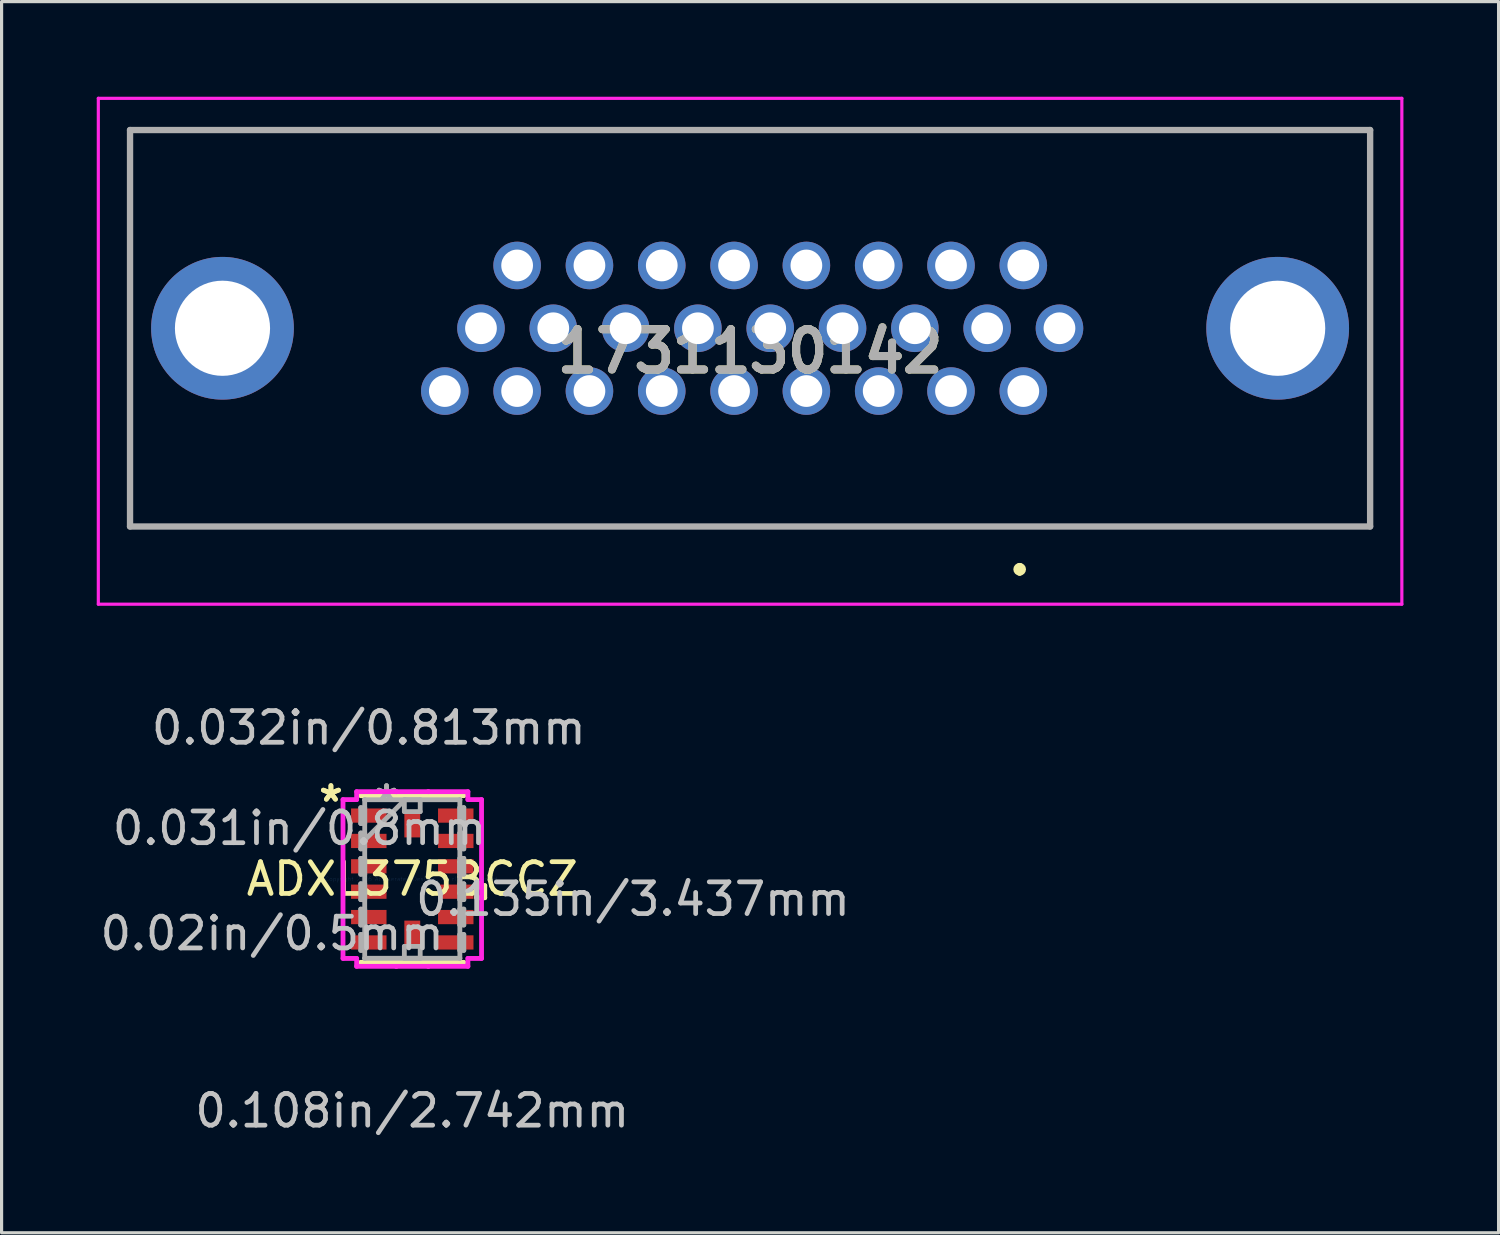
<source format=kicad_pcb>
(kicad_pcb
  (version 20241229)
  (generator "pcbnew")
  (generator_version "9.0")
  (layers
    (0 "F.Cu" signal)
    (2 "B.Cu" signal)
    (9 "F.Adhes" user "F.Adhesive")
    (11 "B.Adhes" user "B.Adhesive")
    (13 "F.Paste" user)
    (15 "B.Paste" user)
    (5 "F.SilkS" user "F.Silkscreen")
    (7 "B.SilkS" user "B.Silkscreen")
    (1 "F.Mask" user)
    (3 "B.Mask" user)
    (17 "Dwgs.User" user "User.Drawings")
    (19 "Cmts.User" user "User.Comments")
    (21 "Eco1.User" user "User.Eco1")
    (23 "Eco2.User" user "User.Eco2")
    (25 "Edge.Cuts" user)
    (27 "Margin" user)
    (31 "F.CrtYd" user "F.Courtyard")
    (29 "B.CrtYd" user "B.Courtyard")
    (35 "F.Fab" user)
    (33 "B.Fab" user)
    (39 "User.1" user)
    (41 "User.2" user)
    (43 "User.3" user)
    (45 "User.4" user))
  (footprint "1731130142"
    (layer "F.Cu")
    (at 29.215 9.28)
    (property "Reference" "1731130142" (at -8.615 -1.255 0) (layer "F.SilkS") (effects (font (size 1.27 1.27) (thickness 0.254))))
    (attr through_hole)
    (fp_line (start -28.165 -8.23) (end 10.935 -8.23) (stroke (width 0.1) (type solid)) (layer "F.SilkS"))
    (fp_line (start -28.165 4.27) (end -28.165 -8.23) (stroke (width 0.1) (type solid)) (layer "F.SilkS"))
    (fp_line (start -0.115 5.52) (end -0.115 5.52) (stroke (width 0.2) (type solid)) (layer "F.SilkS"))
    (fp_line (start -0.115 5.72) (end -0.115 5.72) (stroke (width 0.2) (type solid)) (layer "F.SilkS"))
    (fp_line (start 10.935 -8.23) (end 10.935 4.27) (stroke (width 0.1) (type solid)) (layer "F.SilkS"))
    (fp_line (start 10.935 4.27) (end -28.165 4.27) (stroke (width 0.1) (type solid)) (layer "F.SilkS"))
    (fp_arc (start -0.115 5.52) (mid -0.015 5.62) (end -0.115 5.72) (stroke (width 0.2) (type solid)) (layer "F.SilkS"))
    (fp_arc (start -0.115 5.72) (mid -0.215 5.62) (end -0.115 5.52) (stroke (width 0.2) (type solid)) (layer "F.SilkS"))
    (fp_line (start -29.165 -9.23) (end 11.935 -9.23) (stroke (width 0.1) (type solid)) (layer "F.CrtYd"))
    (fp_line (start -29.165 6.72) (end -29.165 -9.23) (stroke (width 0.1) (type solid)) (layer "F.CrtYd"))
    (fp_line (start 11.935 -9.23) (end 11.935 6.72) (stroke (width 0.1) (type solid)) (layer "F.CrtYd"))
    (fp_line (start 11.935 6.72) (end -29.165 6.72) (stroke (width 0.1) (type solid)) (layer "F.CrtYd"))
    (fp_line (start -28.165 -8.23) (end 10.935 -8.23) (stroke (width 0.2) (type solid)) (layer "F.Fab"))
    (fp_line (start -28.165 4.27) (end -28.165 -8.23) (stroke (width 0.2) (type solid)) (layer "F.Fab"))
    (fp_line (start 10.935 -8.23) (end 10.935 4.27) (stroke (width 0.2) (type solid)) (layer "F.Fab"))
    (fp_line (start 10.935 4.27) (end -28.165 4.27) (stroke (width 0.2) (type solid)) (layer "F.Fab"))
    (fp_text user "${REFERENCE}" (at -8.615 -1.255 0) (layer "F.Fab") (effects (font (size 1.27 1.27) (thickness 0.254))))
    (pad "1" thru_hole circle (at 0 0) (size 1.5 1.5) (drill 1) (layers "*.Cu" "*.Mask"))
    (pad "2" thru_hole circle (at -2.28 0) (size 1.5 1.5) (drill 1) (layers "*.Cu" "*.Mask"))
    (pad "3" thru_hole circle (at -4.56 0) (size 1.5 1.5) (drill 1) (layers "*.Cu" "*.Mask"))
    (pad "4" thru_hole circle (at -6.84 0) (size 1.5 1.5) (drill 1) (layers "*.Cu" "*.Mask"))
    (pad "5" thru_hole circle (at -9.12 0) (size 1.5 1.5) (drill 1) (layers "*.Cu" "*.Mask"))
    (pad "6" thru_hole circle (at -11.4 0) (size 1.5 1.5) (drill 1) (layers "*.Cu" "*.Mask"))
    (pad "7" thru_hole circle (at -13.68 0) (size 1.5 1.5) (drill 1) (layers "*.Cu" "*.Mask"))
    (pad "8" thru_hole circle (at -15.96 0) (size 1.5 1.5) (drill 1) (layers "*.Cu" "*.Mask"))
    (pad "9" thru_hole circle (at -18.24 0) (size 1.5 1.5) (drill 1) (layers "*.Cu" "*.Mask"))
    (pad "10" thru_hole circle (at 1.14 -1.98) (size 1.5 1.5) (drill 1) (layers "*.Cu" "*.Mask"))
    (pad "11" thru_hole circle (at -1.14 -1.98) (size 1.5 1.5) (drill 1) (layers "*.Cu" "*.Mask"))
    (pad "12" thru_hole circle (at -3.42 -1.98) (size 1.5 1.5) (drill 1) (layers "*.Cu" "*.Mask"))
    (pad "13" thru_hole circle (at -5.7 -1.98) (size 1.5 1.5) (drill 1) (layers "*.Cu" "*.Mask"))
    (pad "14" thru_hole circle (at -7.98 -1.98) (size 1.5 1.5) (drill 1) (layers "*.Cu" "*.Mask"))
    (pad "15" thru_hole circle (at -10.26 -1.98) (size 1.5 1.5) (drill 1) (layers "*.Cu" "*.Mask"))
    (pad "16" thru_hole circle (at -12.54 -1.98) (size 1.5 1.5) (drill 1) (layers "*.Cu" "*.Mask"))
    (pad "17" thru_hole circle (at -14.82 -1.98) (size 1.5 1.5) (drill 1) (layers "*.Cu" "*.Mask"))
    (pad "18" thru_hole circle (at -17.1 -1.98) (size 1.5 1.5) (drill 1) (layers "*.Cu" "*.Mask"))
    (pad "19" thru_hole circle (at 0 -3.96) (size 1.5 1.5) (drill 1) (layers "*.Cu" "*.Mask"))
    (pad "20" thru_hole circle (at -2.28 -3.96) (size 1.5 1.5) (drill 1) (layers "*.Cu" "*.Mask"))
    (pad "21" thru_hole circle (at -4.56 -3.96) (size 1.5 1.5) (drill 1) (layers "*.Cu" "*.Mask"))
    (pad "22" thru_hole circle (at -6.84 -3.96) (size 1.5 1.5) (drill 1) (layers "*.Cu" "*.Mask"))
    (pad "23" thru_hole circle (at -9.12 -3.96) (size 1.5 1.5) (drill 1) (layers "*.Cu" "*.Mask"))
    (pad "24" thru_hole circle (at -11.4 -3.96) (size 1.5 1.5) (drill 1) (layers "*.Cu" "*.Mask"))
    (pad "25" thru_hole circle (at -13.68 -3.96) (size 1.5 1.5) (drill 1) (layers "*.Cu" "*.Mask"))
    (pad "26" thru_hole circle (at -15.96 -3.96) (size 1.5 1.5) (drill 1) (layers "*.Cu" "*.Mask"))
    (pad "MH1" thru_hole circle (at -25.25 -1.98) (size 4.5 4.5) (drill 3) (layers "*.Cu" "*.Mask"))
    (pad "MH2" thru_hole circle (at 8.02 -1.98) (size 4.5 4.5) (drill 3) (layers "*.Cu" "*.Mask")))
  (footprint "ADXL375BCCZ"
    (layer "F.Cu")
    (at 9.949 24.665)
    (property "Reference" "ADXL375BCCZ" (at 0 0 0) (layer "F.SilkS") (effects (font (size 1 1) (thickness 0.15))))
    (attr through_hole)
    (fp_line (start -1.627 2.627) (end 1.627 2.627) (stroke (width 0.152) (type solid)) (layer "F.SilkS"))
    (fp_line (start 1.627 -2.627) (end -1.627 -2.627) (stroke (width 0.152) (type solid)) (layer "F.SilkS"))
    (fp_line (start 2.031 0.209) (end 2.285 0.209) (stroke (width 0.152) (type solid)) (layer "F.SilkS"))
    (fp_line (start 2.031 0.59) (end 2.031 0.209) (stroke (width 0.152) (type solid)) (layer "F.SilkS"))
    (fp_line (start 2.285 0.209) (end 2.285 0.59) (stroke (width 0.152) (type solid)) (layer "F.SilkS"))
    (fp_line (start 2.285 0.59) (end 2.031 0.59) (stroke (width 0.152) (type solid)) (layer "F.SilkS"))
    (fp_line (start -2.184 -2.504) (end -1.754 -2.504) (stroke (width 0.152) (type solid)) (layer "F.CrtYd"))
    (fp_line (start -2.184 2.504) (end -2.184 -2.504) (stroke (width 0.152) (type solid)) (layer "F.CrtYd"))
    (fp_line (start -1.754 -2.754) (end -0.504 -2.754) (stroke (width 0.152) (type solid)) (layer "F.CrtYd"))
    (fp_line (start -1.754 -2.504) (end -1.754 -2.754) (stroke (width 0.152) (type solid)) (layer "F.CrtYd"))
    (fp_line (start -1.754 2.504) (end -2.184 2.504) (stroke (width 0.152) (type solid)) (layer "F.CrtYd"))
    (fp_line (start -1.754 2.754) (end -1.754 2.504) (stroke (width 0.152) (type solid)) (layer "F.CrtYd"))
    (fp_line (start -0.504 -2.754) (end -0.504 -2.754) (stroke (width 0.152) (type solid)) (layer "F.CrtYd"))
    (fp_line (start -0.504 -2.754) (end 0.504 -2.754) (stroke (width 0.152) (type solid)) (layer "F.CrtYd"))
    (fp_line (start -0.504 2.754) (end -1.754 2.754) (stroke (width 0.152) (type solid)) (layer "F.CrtYd"))
    (fp_line (start -0.504 2.754) (end -0.504 2.754) (stroke (width 0.152) (type solid)) (layer "F.CrtYd"))
    (fp_line (start 0.504 -2.754) (end 0.504 -2.754) (stroke (width 0.152) (type solid)) (layer "F.CrtYd"))
    (fp_line (start 0.504 -2.754) (end 1.754 -2.754) (stroke (width 0.152) (type solid)) (layer "F.CrtYd"))
    (fp_line (start 0.504 2.754) (end -0.504 2.754) (stroke (width 0.152) (type solid)) (layer "F.CrtYd"))
    (fp_line (start 0.504 2.754) (end 0.504 2.754) (stroke (width 0.152) (type solid)) (layer "F.CrtYd"))
    (fp_line (start 1.754 -2.754) (end 1.754 -2.504) (stroke (width 0.152) (type solid)) (layer "F.CrtYd"))
    (fp_line (start 1.754 -2.504) (end 2.184 -2.504) (stroke (width 0.152) (type solid)) (layer "F.CrtYd"))
    (fp_line (start 1.754 2.504) (end 1.754 2.754) (stroke (width 0.152) (type solid)) (layer "F.CrtYd"))
    (fp_line (start 1.754 2.754) (end 0.504 2.754) (stroke (width 0.152) (type solid)) (layer "F.CrtYd"))
    (fp_line (start 2.184 -2.504) (end 2.184 2.504) (stroke (width 0.152) (type solid)) (layer "F.CrtYd"))
    (fp_line (start 2.184 2.504) (end 1.754 2.504) (stroke (width 0.152) (type solid)) (layer "F.CrtYd"))
    (fp_line (start -1.625 -2.25) (end -1.625 -1.75) (stroke (width 0.152) (type solid)) (layer "F.Fab"))
    (fp_line (start -1.625 -1.75) (end -1.5 -1.75) (stroke (width 0.152) (type solid)) (layer "F.Fab"))
    (fp_line (start -1.625 -1.45) (end -1.625 -0.95) (stroke (width 0.152) (type solid)) (layer "F.Fab"))
    (fp_line (start -1.625 -0.95) (end -1.5 -0.95) (stroke (width 0.152) (type solid)) (layer "F.Fab"))
    (fp_line (start -1.625 -0.65) (end -1.625 -0.15) (stroke (width 0.152) (type solid)) (layer "F.Fab"))
    (fp_line (start -1.625 -0.15) (end -1.5 -0.15) (stroke (width 0.152) (type solid)) (layer "F.Fab"))
    (fp_line (start -1.625 0.15) (end -1.625 0.65) (stroke (width 0.152) (type solid)) (layer "F.Fab"))
    (fp_line (start -1.625 0.65) (end -1.5 0.65) (stroke (width 0.152) (type solid)) (layer "F.Fab"))
    (fp_line (start -1.625 0.95) (end -1.625 1.45) (stroke (width 0.152) (type solid)) (layer "F.Fab"))
    (fp_line (start -1.625 1.45) (end -1.5 1.45) (stroke (width 0.152) (type solid)) (layer "F.Fab"))
    (fp_line (start -1.625 1.75) (end -1.625 2.25) (stroke (width 0.152) (type solid)) (layer "F.Fab"))
    (fp_line (start -1.625 2.25) (end -1.5 2.25) (stroke (width 0.152) (type solid)) (layer "F.Fab"))
    (fp_line (start -1.5 -2.5) (end -1.5 -2.5) (stroke (width 0.152) (type solid)) (layer "F.Fab"))
    (fp_line (start -1.5 -2.5) (end -1.5 2.5) (stroke (width 0.152) (type solid)) (layer "F.Fab"))
    (fp_line (start -1.5 -2.25) (end -1.625 -2.25) (stroke (width 0.152) (type solid)) (layer "F.Fab"))
    (fp_line (start -1.5 -1.75) (end -1.5 -2.25) (stroke (width 0.152) (type solid)) (layer "F.Fab"))
    (fp_line (start -1.5 -1.45) (end -1.625 -1.45) (stroke (width 0.152) (type solid)) (layer "F.Fab"))
    (fp_line (start -1.5 -1.23) (end -0.23 -2.5) (stroke (width 0.152) (type solid)) (layer "F.Fab"))
    (fp_line (start -1.5 -0.95) (end -1.5 -1.45) (stroke (width 0.152) (type solid)) (layer "F.Fab"))
    (fp_line (start -1.5 -0.65) (end -1.625 -0.65) (stroke (width 0.152) (type solid)) (layer "F.Fab"))
    (fp_line (start -1.5 -0.15) (end -1.5 -0.65) (stroke (width 0.152) (type solid)) (layer "F.Fab"))
    (fp_line (start -1.5 0.15) (end -1.625 0.15) (stroke (width 0.152) (type solid)) (layer "F.Fab"))
    (fp_line (start -1.5 0.65) (end -1.5 0.15) (stroke (width 0.152) (type solid)) (layer "F.Fab"))
    (fp_line (start -1.5 0.95) (end -1.625 0.95) (stroke (width 0.152) (type solid)) (layer "F.Fab"))
    (fp_line (start -1.5 1.45) (end -1.5 0.95) (stroke (width 0.152) (type solid)) (layer "F.Fab"))
    (fp_line (start -1.5 1.75) (end -1.625 1.75) (stroke (width 0.152) (type solid)) (layer "F.Fab"))
    (fp_line (start -1.5 2.25) (end -1.5 1.75) (stroke (width 0.152) (type solid)) (layer "F.Fab"))
    (fp_line (start -1.5 2.5) (end -1.5 2.5) (stroke (width 0.152) (type solid)) (layer "F.Fab"))
    (fp_line (start -1.5 2.5) (end 1.5 2.5) (stroke (width 0.152) (type solid)) (layer "F.Fab"))
    (fp_line (start -0.25 -2.5) (end 0.25 -2.5) (stroke (width 0.152) (type solid)) (layer "F.Fab"))
    (fp_line (start -0.25 -2.125) (end -0.25 -2.5) (stroke (width 0.152) (type solid)) (layer "F.Fab"))
    (fp_line (start -0.25 2.125) (end 0.25 2.125) (stroke (width 0.152) (type solid)) (layer "F.Fab"))
    (fp_line (start -0.25 2.5) (end -0.25 2.125) (stroke (width 0.152) (type solid)) (layer "F.Fab"))
    (fp_line (start 0.25 -2.5) (end 0.25 -2.125) (stroke (width 0.152) (type solid)) (layer "F.Fab"))
    (fp_line (start 0.25 -2.125) (end -0.25 -2.125) (stroke (width 0.152) (type solid)) (layer "F.Fab"))
    (fp_line (start 0.25 2.125) (end 0.25 2.5) (stroke (width 0.152) (type solid)) (layer "F.Fab"))
    (fp_line (start 0.25 2.5) (end -0.25 2.5) (stroke (width 0.152) (type solid)) (layer "F.Fab"))
    (fp_line (start 1.5 -2.5) (end -1.5 -2.5) (stroke (width 0.152) (type solid)) (layer "F.Fab"))
    (fp_line (start 1.5 -2.5) (end 1.5 -2.5) (stroke (width 0.152) (type solid)) (layer "F.Fab"))
    (fp_line (start 1.5 -2.25) (end 1.5 -1.75) (stroke (width 0.152) (type solid)) (layer "F.Fab"))
    (fp_line (start 1.5 -1.75) (end 1.625 -1.75) (stroke (width 0.152) (type solid)) (layer "F.Fab"))
    (fp_line (start 1.5 -1.45) (end 1.5 -0.95) (stroke (width 0.152) (type solid)) (layer "F.Fab"))
    (fp_line (start 1.5 -0.95) (end 1.625 -0.95) (stroke (width 0.152) (type solid)) (layer "F.Fab"))
    (fp_line (start 1.5 -0.65) (end 1.5 -0.15) (stroke (width 0.152) (type solid)) (layer "F.Fab"))
    (fp_line (start 1.5 -0.15) (end 1.625 -0.15) (stroke (width 0.152) (type solid)) (layer "F.Fab"))
    (fp_line (start 1.5 0.15) (end 1.5 0.65) (stroke (width 0.152) (type solid)) (layer "F.Fab"))
    (fp_line (start 1.5 0.65) (end 1.625 0.65) (stroke (width 0.152) (type solid)) (layer "F.Fab"))
    (fp_line (start 1.5 0.95) (end 1.5 1.45) (stroke (width 0.152) (type solid)) (layer "F.Fab"))
    (fp_line (start 1.5 1.45) (end 1.625 1.45) (stroke (width 0.152) (type solid)) (layer "F.Fab"))
    (fp_line (start 1.5 1.75) (end 1.5 2.25) (stroke (width 0.152) (type solid)) (layer "F.Fab"))
    (fp_line (start 1.5 2.25) (end 1.625 2.25) (stroke (width 0.152) (type solid)) (layer "F.Fab"))
    (fp_line (start 1.5 2.5) (end 1.5 -2.5) (stroke (width 0.152) (type solid)) (layer "F.Fab"))
    (fp_line (start 1.5 2.5) (end 1.5 2.5) (stroke (width 0.152) (type solid)) (layer "F.Fab"))
    (fp_line (start 1.625 -2.25) (end 1.5 -2.25) (stroke (width 0.152) (type solid)) (layer "F.Fab"))
    (fp_line (start 1.625 -1.75) (end 1.625 -2.25) (stroke (width 0.152) (type solid)) (layer "F.Fab"))
    (fp_line (start 1.625 -1.45) (end 1.5 -1.45) (stroke (width 0.152) (type solid)) (layer "F.Fab"))
    (fp_line (start 1.625 -0.95) (end 1.625 -1.45) (stroke (width 0.152) (type solid)) (layer "F.Fab"))
    (fp_line (start 1.625 -0.65) (end 1.5 -0.65) (stroke (width 0.152) (type solid)) (layer "F.Fab"))
    (fp_line (start 1.625 -0.15) (end 1.625 -0.65) (stroke (width 0.152) (type solid)) (layer "F.Fab"))
    (fp_line (start 1.625 0.15) (end 1.5 0.15) (stroke (width 0.152) (type solid)) (layer "F.Fab"))
    (fp_line (start 1.625 0.65) (end 1.625 0.15) (stroke (width 0.152) (type solid)) (layer "F.Fab"))
    (fp_line (start 1.625 0.95) (end 1.5 0.95) (stroke (width 0.152) (type solid)) (layer "F.Fab"))
    (fp_line (start 1.625 1.45) (end 1.625 0.95) (stroke (width 0.152) (type solid)) (layer "F.Fab"))
    (fp_line (start 1.625 1.75) (end 1.5 1.75) (stroke (width 0.152) (type solid)) (layer "F.Fab"))
    (fp_line (start 1.625 2.25) (end 1.625 1.75) (stroke (width 0.152) (type solid)) (layer "F.Fab"))
    (fp_text user "*" (at -2.565 -2.4 0) (layer "F.SilkS") (effects (font (size 1 1) (thickness 0.15))))
    (fp_text user "*" (at -2.565 -2.4 0) (layer "F.SilkS") (effects (font (size 1 1) (thickness 0.15))))
    (fp_text user "0.031in/0.8mm" (at -3.555 -1.6 0) (layer "Dwgs.User") (effects (font (size 1 1) (thickness 0.15))))
    (fp_text user "0.02in/0.5mm" (at -4.419 1.718 0) (layer "Dwgs.User") (effects (font (size 1 1) (thickness 0.15))))
    (fp_text user "0.108in/2.742mm" (at 0 7.306 0) (layer "Dwgs.User") (effects (font (size 1 1) (thickness 0.15))))
    (fp_text user "0.135in/3.437mm" (at 6.959 0.635 0) (layer "Dwgs.User") (effects (font (size 1 1) (thickness 0.15))))
    (fp_text user "0.032in/0.813mm" (at -1.371 -4.766 0) (layer "Dwgs.User") (effects (font (size 1 1) (thickness 0.15))))
    (fp_text user "Copyright 2016 Accelerated Designs. All rights reserved." (at 0 0 0) (layer "Cmts.User") (effects (font (size 0.127 0.127) (thickness 0.002))))
    (fp_text user "*" (at -0.812 -2.4 0) (layer "F.Fab") (effects (font (size 1 1) (thickness 0.15))))
    (fp_text user "*" (at -0.812 -2.4 0) (layer "F.Fab") (effects (font (size 1 1) (thickness 0.15))))
    (pad "1" smd rect (at -1.371 -2 90) (size 0.449 1.118) (layers "F.Cu" "F.Mask" "F.Paste"))
    (pad "2" smd rect (at -1.371 -1.2 90) (size 0.449 1.118) (layers "F.Cu" "F.Mask" "F.Paste"))
    (pad "3" smd rect (at -1.371 -0.4 90) (size 0.449 1.118) (layers "F.Cu" "F.Mask" "F.Paste"))
    (pad "4" smd rect (at -1.371 0.4 90) (size 0.449 1.118) (layers "F.Cu" "F.Mask" "F.Paste"))
    (pad "5" smd rect (at -1.371 1.2 90) (size 0.449 1.118) (layers "F.Cu" "F.Mask" "F.Paste"))
    (pad "6" smd rect (at -1.371 2 90) (size 0.449 1.118) (layers "F.Cu" "F.Mask" "F.Paste"))
    (pad "7" smd rect (at 0 1.718) (size 0.5 0.813) (layers "F.Cu" "F.Mask" "F.Paste"))
    (pad "8" smd rect (at 1.371 2 90) (size 0.449 1.118) (layers "F.Cu" "F.Mask" "F.Paste"))
    (pad "9" smd rect (at 1.371 1.2 90) (size 0.449 1.118) (layers "F.Cu" "F.Mask" "F.Paste"))
    (pad "10" smd rect (at 1.371 0.4 90) (size 0.449 1.118) (layers "F.Cu" "F.Mask" "F.Paste"))
    (pad "11" smd rect (at 1.371 -0.4 90) (size 0.449 1.118) (layers "F.Cu" "F.Mask" "F.Paste"))
    (pad "12" smd rect (at 1.371 -1.2 90) (size 0.449 1.118) (layers "F.Cu" "F.Mask" "F.Paste"))
    (pad "13" smd rect (at 1.371 -2 90) (size 0.449 1.118) (layers "F.Cu" "F.Mask" "F.Paste"))
    (pad "14" smd rect (at 0 -1.718) (size 0.5 0.813) (layers "F.Cu" "F.Mask" "F.Paste")))
  (gr_rect
    (start -3 -3)
    (end 44.2 35.819)
    (stroke (width 0.1) (type default))
    (fill no)
    (layer "Edge.Cuts")))
</source>
